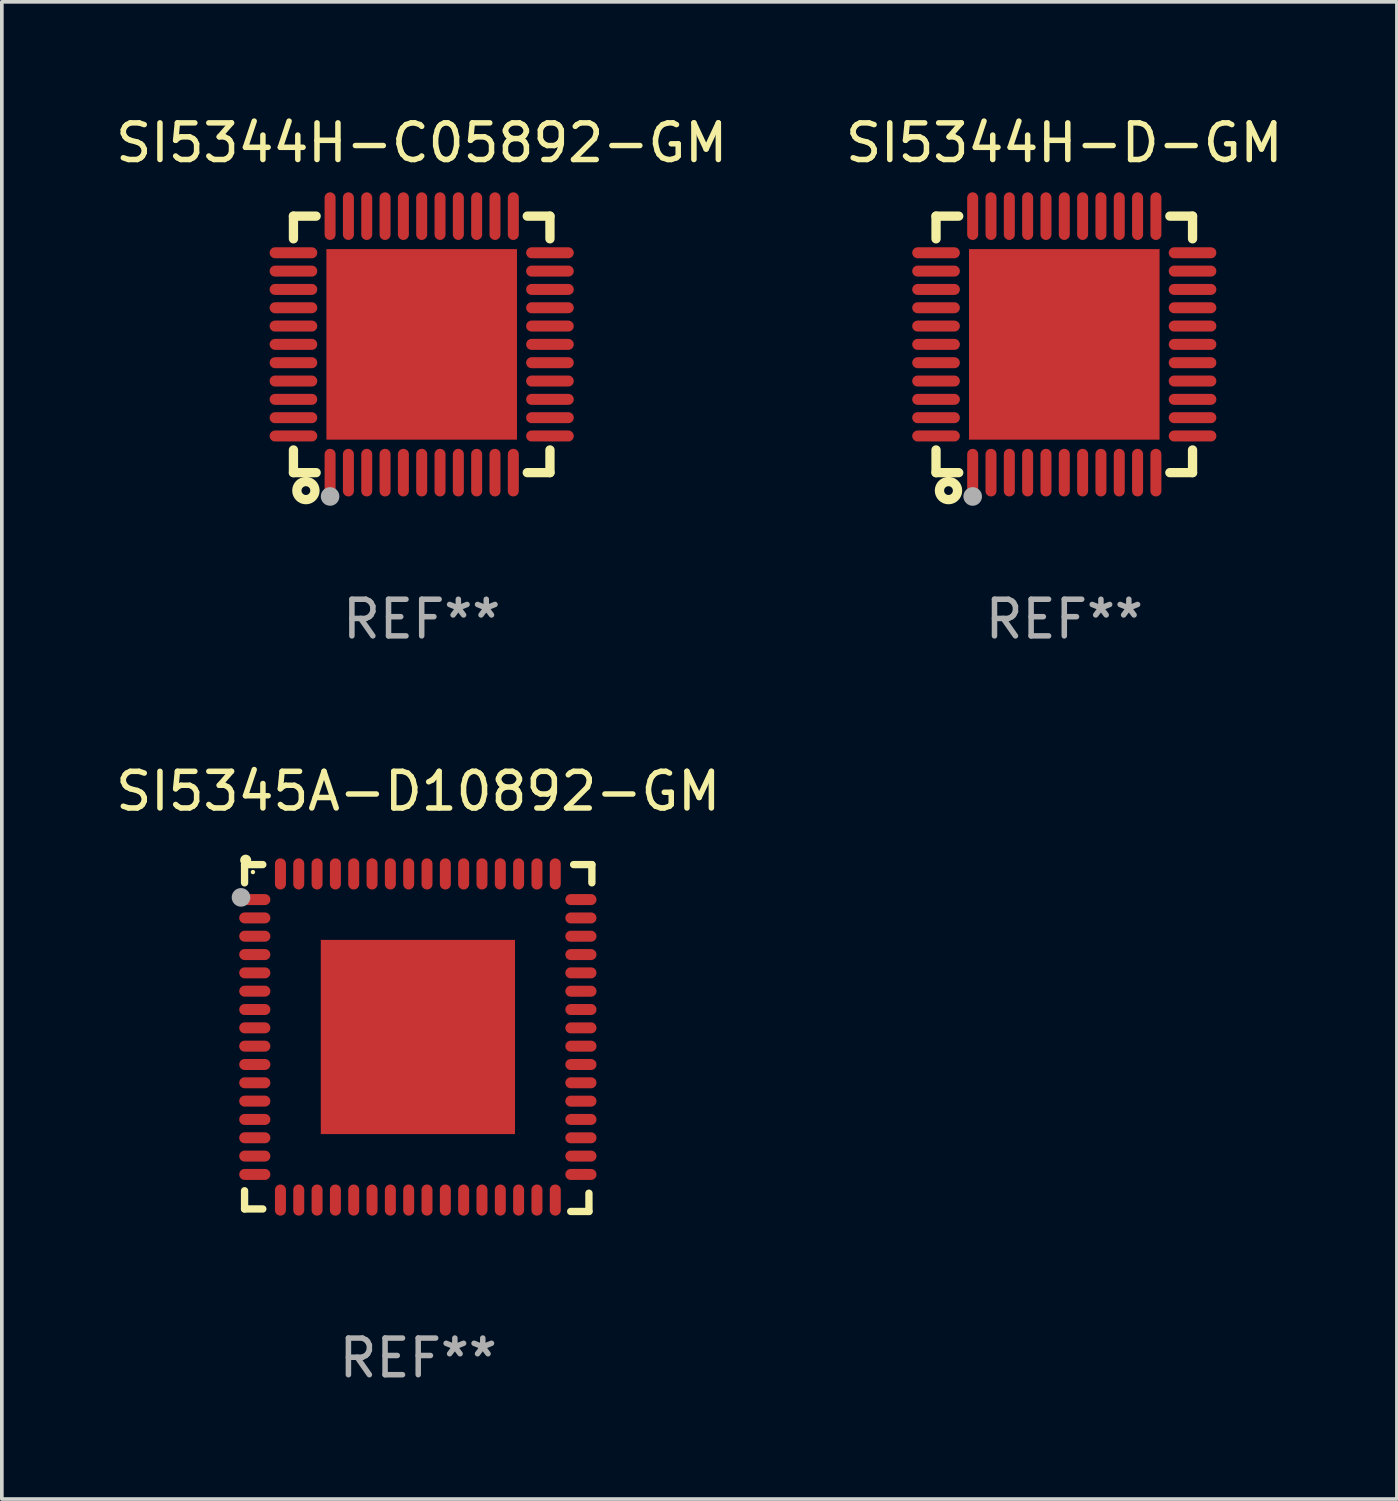
<source format=kicad_pcb>
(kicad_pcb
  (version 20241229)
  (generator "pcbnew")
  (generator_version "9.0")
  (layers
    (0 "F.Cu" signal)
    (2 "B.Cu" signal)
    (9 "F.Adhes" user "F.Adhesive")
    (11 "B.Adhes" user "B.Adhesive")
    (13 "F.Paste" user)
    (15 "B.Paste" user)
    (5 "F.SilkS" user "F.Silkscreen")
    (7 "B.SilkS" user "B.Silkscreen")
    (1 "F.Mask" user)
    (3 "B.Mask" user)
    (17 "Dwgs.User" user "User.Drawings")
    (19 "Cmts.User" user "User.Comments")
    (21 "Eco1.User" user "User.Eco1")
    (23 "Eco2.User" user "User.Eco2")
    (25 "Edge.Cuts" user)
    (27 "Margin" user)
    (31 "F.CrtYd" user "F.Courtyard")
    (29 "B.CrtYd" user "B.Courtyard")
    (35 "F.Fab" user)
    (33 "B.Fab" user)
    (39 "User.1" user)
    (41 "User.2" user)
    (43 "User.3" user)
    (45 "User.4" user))
  (footprint "SI5345A-D10892-GM"
    (layer "F.Cu")
    (at 8.363 25.277)
    (property "Reference" "SI5345A-D10892-GM" (at 0 -6.733 0) (layer "F.SilkS") (effects (font (size 1 1) (thickness 0.15))))
    (attr through_hole)
    (fp_line (start -4.739 -4.733) (end -4.241 -4.733) (stroke (width 0.2) (type solid)) (layer "F.SilkS"))
    (fp_line (start -4.739 -4.235) (end -4.739 -4.733) (stroke (width 0.2) (type solid)) (layer "F.SilkS"))
    (fp_line (start -4.739 4.168) (end -4.739 4.665) (stroke (width 0.2) (type solid)) (layer "F.SilkS"))
    (fp_line (start -4.739 4.665) (end -4.241 4.665) (stroke (width 0.2) (type solid)) (layer "F.SilkS"))
    (fp_line (start 4.161 4.733) (end 4.659 4.733) (stroke (width 0.2) (type solid)) (layer "F.SilkS"))
    (fp_line (start 4.241 -4.733) (end 4.739 -4.733) (stroke (width 0.2) (type solid)) (layer "F.SilkS"))
    (fp_line (start 4.659 4.733) (end 4.659 4.235) (stroke (width 0.2) (type solid)) (layer "F.SilkS"))
    (fp_line (start 4.739 -4.733) (end 4.739 -4.235) (stroke (width 0.2) (type solid)) (layer "F.SilkS"))
    (fp_arc (start -4.708623 -4.85108) (mid -4.708628 -4.85235) (end -4.708623 -4.85362) (stroke (width 0.3) (type solid)) (layer "F.SilkS"))
    (fp_circle (center -4.511 -4.529) (end -4.481 -4.529) (stroke (width 0.06) (type solid)) (fill no) (layer "F.SilkS"))
    (fp_circle (center -4.836 -3.838) (end -4.709 -3.838) (stroke (width 0.254) (type solid)) (fill no) (layer "F.Fab"))
    (fp_text user "REF**" (at 0 8.733 0) (layer "F.Fab") (effects (font (size 1 1) (thickness 0.15))))
    (pad "1" smd oval (at -4.46 -3.778) (size 0.85 0.3) (layers "F.Cu" "F.Mask" "F.Paste"))
    (pad "2" smd oval (at -4.46 -3.278) (size 0.85 0.3) (layers "F.Cu" "F.Mask" "F.Paste"))
    (pad "3" smd oval (at -4.46 -2.778) (size 0.85 0.3) (layers "F.Cu" "F.Mask" "F.Paste"))
    (pad "4" smd oval (at -4.46 -2.278) (size 0.85 0.3) (layers "F.Cu" "F.Mask" "F.Paste"))
    (pad "5" smd oval (at -4.46 -1.778) (size 0.85 0.3) (layers "F.Cu" "F.Mask" "F.Paste"))
    (pad "6" smd oval (at -4.46 -1.278) (size 0.85 0.3) (layers "F.Cu" "F.Mask" "F.Paste"))
    (pad "7" smd oval (at -4.46 -0.778) (size 0.85 0.3) (layers "F.Cu" "F.Mask" "F.Paste"))
    (pad "8" smd oval (at -4.46 -0.278) (size 0.85 0.3) (layers "F.Cu" "F.Mask" "F.Paste"))
    (pad "9" smd oval (at -4.46 0.222) (size 0.85 0.3) (layers "F.Cu" "F.Mask" "F.Paste"))
    (pad "10" smd oval (at -4.46 0.722) (size 0.85 0.3) (layers "F.Cu" "F.Mask" "F.Paste"))
    (pad "11" smd oval (at -4.46 1.222) (size 0.85 0.3) (layers "F.Cu" "F.Mask" "F.Paste"))
    (pad "12" smd oval (at -4.46 1.722) (size 0.85 0.3) (layers "F.Cu" "F.Mask" "F.Paste"))
    (pad "13" smd oval (at -4.46 2.222) (size 0.85 0.3) (layers "F.Cu" "F.Mask" "F.Paste"))
    (pad "14" smd oval (at -4.46 2.722) (size 0.85 0.3) (layers "F.Cu" "F.Mask" "F.Paste"))
    (pad "15" smd oval (at -4.46 3.222) (size 0.85 0.3) (layers "F.Cu" "F.Mask" "F.Paste"))
    (pad "16" smd oval (at -4.46 3.722) (size 0.85 0.3) (layers "F.Cu" "F.Mask" "F.Paste"))
    (pad "17" smd oval (at -3.76 4.422) (size 0.3 0.85) (layers "F.Cu" "F.Mask" "F.Paste"))
    (pad "18" smd oval (at -3.26 4.422) (size 0.3 0.85) (layers "F.Cu" "F.Mask" "F.Paste"))
    (pad "19" smd oval (at -2.76 4.422) (size 0.3 0.85) (layers "F.Cu" "F.Mask" "F.Paste"))
    (pad "20" smd oval (at -2.26 4.422) (size 0.3 0.85) (layers "F.Cu" "F.Mask" "F.Paste"))
    (pad "21" smd oval (at -1.76 4.422) (size 0.3 0.85) (layers "F.Cu" "F.Mask" "F.Paste"))
    (pad "22" smd oval (at -1.26 4.422) (size 0.3 0.85) (layers "F.Cu" "F.Mask" "F.Paste"))
    (pad "23" smd oval (at -0.76 4.422) (size 0.3 0.85) (layers "F.Cu" "F.Mask" "F.Paste"))
    (pad "24" smd oval (at -0.26 4.422) (size 0.3 0.85) (layers "F.Cu" "F.Mask" "F.Paste"))
    (pad "25" smd oval (at 0.24 4.422) (size 0.3 0.85) (layers "F.Cu" "F.Mask" "F.Paste"))
    (pad "26" smd oval (at 0.74 4.422) (size 0.3 0.85) (layers "F.Cu" "F.Mask" "F.Paste"))
    (pad "27" smd oval (at 1.24 4.422) (size 0.3 0.85) (layers "F.Cu" "F.Mask" "F.Paste"))
    (pad "28" smd oval (at 1.74 4.422) (size 0.3 0.85) (layers "F.Cu" "F.Mask" "F.Paste"))
    (pad "29" smd oval (at 2.24 4.422) (size 0.3 0.85) (layers "F.Cu" "F.Mask" "F.Paste"))
    (pad "30" smd oval (at 2.74 4.422) (size 0.3 0.85) (layers "F.Cu" "F.Mask" "F.Paste"))
    (pad "31" smd oval (at 3.24 4.422) (size 0.3 0.85) (layers "F.Cu" "F.Mask" "F.Paste"))
    (pad "32" smd oval (at 3.74 4.422) (size 0.3 0.85) (layers "F.Cu" "F.Mask" "F.Paste"))
    (pad "33" smd oval (at 4.44 3.723) (size 0.85 0.3) (layers "F.Cu" "F.Mask" "F.Paste"))
    (pad "34" smd oval (at 4.44 3.222) (size 0.85 0.3) (layers "F.Cu" "F.Mask" "F.Paste"))
    (pad "35" smd oval (at 4.44 2.723) (size 0.85 0.3) (layers "F.Cu" "F.Mask" "F.Paste"))
    (pad "36" smd oval (at 4.44 2.222) (size 0.85 0.3) (layers "F.Cu" "F.Mask" "F.Paste"))
    (pad "37" smd oval (at 4.44 1.723) (size 0.85 0.3) (layers "F.Cu" "F.Mask" "F.Paste"))
    (pad "38" smd oval (at 4.44 1.222) (size 0.85 0.3) (layers "F.Cu" "F.Mask" "F.Paste"))
    (pad "39" smd oval (at 4.44 0.723) (size 0.85 0.3) (layers "F.Cu" "F.Mask" "F.Paste"))
    (pad "40" smd oval (at 4.44 0.222) (size 0.85 0.3) (layers "F.Cu" "F.Mask" "F.Paste"))
    (pad "41" smd oval (at 4.44 -0.277) (size 0.85 0.3) (layers "F.Cu" "F.Mask" "F.Paste"))
    (pad "42" smd oval (at 4.44 -0.778) (size 0.85 0.3) (layers "F.Cu" "F.Mask" "F.Paste"))
    (pad "43" smd oval (at 4.44 -1.277) (size 0.85 0.3) (layers "F.Cu" "F.Mask" "F.Paste"))
    (pad "44" smd oval (at 4.44 -1.778) (size 0.85 0.3) (layers "F.Cu" "F.Mask" "F.Paste"))
    (pad "45" smd oval (at 4.44 -2.277) (size 0.85 0.3) (layers "F.Cu" "F.Mask" "F.Paste"))
    (pad "46" smd oval (at 4.44 -2.778) (size 0.85 0.3) (layers "F.Cu" "F.Mask" "F.Paste"))
    (pad "47" smd oval (at 4.44 -3.277) (size 0.85 0.3) (layers "F.Cu" "F.Mask" "F.Paste"))
    (pad "48" smd oval (at 4.44 -3.778) (size 0.85 0.3) (layers "F.Cu" "F.Mask" "F.Paste"))
    (pad "49" smd oval (at 3.74 -4.478) (size 0.3 0.85) (layers "F.Cu" "F.Mask" "F.Paste"))
    (pad "50" smd oval (at 3.24 -4.478) (size 0.3 0.85) (layers "F.Cu" "F.Mask" "F.Paste"))
    (pad "51" smd oval (at 2.74 -4.478) (size 0.3 0.85) (layers "F.Cu" "F.Mask" "F.Paste"))
    (pad "52" smd oval (at 2.24 -4.478) (size 0.3 0.85) (layers "F.Cu" "F.Mask" "F.Paste"))
    (pad "53" smd oval (at 1.74 -4.478) (size 0.3 0.85) (layers "F.Cu" "F.Mask" "F.Paste"))
    (pad "54" smd oval (at 1.24 -4.478) (size 0.3 0.85) (layers "F.Cu" "F.Mask" "F.Paste"))
    (pad "55" smd oval (at 0.74 -4.478) (size 0.3 0.85) (layers "F.Cu" "F.Mask" "F.Paste"))
    (pad "56" smd oval (at 0.24 -4.478) (size 0.3 0.85) (layers "F.Cu" "F.Mask" "F.Paste"))
    (pad "57" smd oval (at -0.26 -4.478) (size 0.3 0.85) (layers "F.Cu" "F.Mask" "F.Paste"))
    (pad "58" smd oval (at -0.76 -4.478) (size 0.3 0.85) (layers "F.Cu" "F.Mask" "F.Paste"))
    (pad "59" smd oval (at -1.26 -4.478) (size 0.3 0.85) (layers "F.Cu" "F.Mask" "F.Paste"))
    (pad "60" smd oval (at -1.76 -4.478) (size 0.3 0.85) (layers "F.Cu" "F.Mask" "F.Paste"))
    (pad "61" smd oval (at -2.26 -4.478) (size 0.3 0.85) (layers "F.Cu" "F.Mask" "F.Paste"))
    (pad "62" smd oval (at -2.76 -4.478) (size 0.3 0.85) (layers "F.Cu" "F.Mask" "F.Paste"))
    (pad "63" smd oval (at -3.26 -4.478) (size 0.3 0.85) (layers "F.Cu" "F.Mask" "F.Paste"))
    (pad "64" smd oval (at -3.76 -4.478) (size 0.3 0.85) (layers "F.Cu" "F.Mask" "F.Paste"))
    (pad "65" smd rect (at -0.009 -0.028 90) (size 5.3 5.3) (layers "F.Cu" "F.Mask" "F.Paste")))
  (footprint "SI5344H-C05892-GM"
    (layer "F.Cu")
    (at 8.458 6.348)
    (property "Reference" "SI5344H-C05892-GM" (at 0 -5.5 0) (layer "F.SilkS") (effects (font (size 1 1) (thickness 0.15))))
    (attr through_hole)
    (fp_line (start -3.5 -3.5) (end -2.881 -3.5) (stroke (width 0.254) (type solid)) (layer "F.SilkS"))
    (fp_line (start -3.5 -2.881) (end -3.5 -3.5) (stroke (width 0.254) (type solid)) (layer "F.SilkS"))
    (fp_line (start -3.5 3.5) (end -3.5 2.881) (stroke (width 0.254) (type solid)) (layer "F.SilkS"))
    (fp_line (start -2.881 3.5) (end -3.5 3.5) (stroke (width 0.254) (type solid)) (layer "F.SilkS"))
    (fp_line (start 2.881 -3.5) (end 3.5 -3.5) (stroke (width 0.254) (type solid)) (layer "F.SilkS"))
    (fp_line (start 3.5 -3.5) (end 3.5 -2.881) (stroke (width 0.254) (type solid)) (layer "F.SilkS"))
    (fp_line (start 3.5 2.881) (end 3.5 3.5) (stroke (width 0.254) (type solid)) (layer "F.SilkS"))
    (fp_line (start 3.5 3.5) (end 2.881 3.5) (stroke (width 0.254) (type solid)) (layer "F.SilkS"))
    (fp_circle (center -3.5 3.5) (end -3.47 3.5) (stroke (width 0.06) (type solid)) (fill no) (layer "F.SilkS"))
    (fp_circle (center -3.16 3.99) (end -3.04 3.99) (stroke (width 0.254) (type solid)) (fill no) (layer "F.SilkS"))
    (fp_circle (center -2.5 4.15) (end -2.373 4.15) (stroke (width 0.254) (type solid)) (fill no) (layer "F.Fab"))
    (fp_text user "REF**" (at 0 7.5 0) (layer "F.Fab") (effects (font (size 1 1) (thickness 0.15))))
    (pad "1" smd oval (at -2.5 3.5 90) (size 1.3 0.3) (layers "F.Cu" "F.Mask" "F.Paste"))
    (pad "2" smd oval (at -2 3.5 90) (size 1.3 0.3) (layers "F.Cu" "F.Mask" "F.Paste"))
    (pad "3" smd oval (at -1.5 3.5 90) (size 1.3 0.3) (layers "F.Cu" "F.Mask" "F.Paste"))
    (pad "4" smd oval (at -1 3.5 90) (size 1.3 0.3) (layers "F.Cu" "F.Mask" "F.Paste"))
    (pad "5" smd oval (at -0.5 3.5 90) (size 1.3 0.3) (layers "F.Cu" "F.Mask" "F.Paste"))
    (pad "6" smd oval (at -0.000127 3.5 90) (size 1.3 0.3) (layers "F.Cu" "F.Mask" "F.Paste"))
    (pad "7" smd oval (at 0.5 3.5 90) (size 1.3 0.3) (layers "F.Cu" "F.Mask" "F.Paste"))
    (pad "8" smd oval (at 1 3.5 90) (size 1.3 0.3) (layers "F.Cu" "F.Mask" "F.Paste"))
    (pad "9" smd oval (at 1.5 3.5 90) (size 1.3 0.3) (layers "F.Cu" "F.Mask" "F.Paste"))
    (pad "10" smd oval (at 2 3.5 90) (size 1.3 0.3) (layers "F.Cu" "F.Mask" "F.Paste"))
    (pad "11" smd oval (at 2.5 3.5 90) (size 1.3 0.3) (layers "F.Cu" "F.Mask" "F.Paste"))
    (pad "12" smd oval (at 3.5 2.5 90) (size 0.3 1.3) (layers "F.Cu" "F.Mask" "F.Paste"))
    (pad "13" smd oval (at 3.5 2 90) (size 0.3 1.3) (layers "F.Cu" "F.Mask" "F.Paste"))
    (pad "14" smd oval (at 3.5 1.5 90) (size 0.3 1.3) (layers "F.Cu" "F.Mask" "F.Paste"))
    (pad "15" smd oval (at 3.5 1 90) (size 0.3 1.3) (layers "F.Cu" "F.Mask" "F.Paste"))
    (pad "16" smd oval (at 3.5 0.5 90) (size 0.3 1.3) (layers "F.Cu" "F.Mask" "F.Paste"))
    (pad "17" smd oval (at 3.5 0.000127 90) (size 0.3 1.3) (layers "F.Cu" "F.Mask" "F.Paste"))
    (pad "18" smd oval (at 3.5 -0.5 90) (size 0.3 1.3) (layers "F.Cu" "F.Mask" "F.Paste"))
    (pad "19" smd oval (at 3.5 -1 90) (size 0.3 1.3) (layers "F.Cu" "F.Mask" "F.Paste"))
    (pad "20" smd oval (at 3.5 -1.5 90) (size 0.3 1.3) (layers "F.Cu" "F.Mask" "F.Paste"))
    (pad "21" smd oval (at 3.5 -2 90) (size 0.3 1.3) (layers "F.Cu" "F.Mask" "F.Paste"))
    (pad "22" smd oval (at 3.5 -2.5 90) (size 0.3 1.3) (layers "F.Cu" "F.Mask" "F.Paste"))
    (pad "23" smd oval (at 2.5 -3.5 90) (size 1.3 0.3) (layers "F.Cu" "F.Mask" "F.Paste"))
    (pad "24" smd oval (at 2 -3.5 90) (size 1.3 0.3) (layers "F.Cu" "F.Mask" "F.Paste"))
    (pad "25" smd oval (at 1.5 -3.5 90) (size 1.3 0.3) (layers "F.Cu" "F.Mask" "F.Paste"))
    (pad "26" smd oval (at 1 -3.5 90) (size 1.3 0.3) (layers "F.Cu" "F.Mask" "F.Paste"))
    (pad "27" smd oval (at 0.5 -3.5 90) (size 1.3 0.3) (layers "F.Cu" "F.Mask" "F.Paste"))
    (pad "28" smd oval (at -0.000127 -3.5 90) (size 1.3 0.3) (layers "F.Cu" "F.Mask" "F.Paste"))
    (pad "29" smd oval (at -0.5 -3.5 90) (size 1.3 0.3) (layers "F.Cu" "F.Mask" "F.Paste"))
    (pad "30" smd oval (at -1 -3.5 90) (size 1.3 0.3) (layers "F.Cu" "F.Mask" "F.Paste"))
    (pad "31" smd oval (at -1.5 -3.5 90) (size 1.3 0.3) (layers "F.Cu" "F.Mask" "F.Paste"))
    (pad "32" smd oval (at -2 -3.5 90) (size 1.3 0.3) (layers "F.Cu" "F.Mask" "F.Paste"))
    (pad "33" smd oval (at -2.5 -3.5 90) (size 1.3 0.3) (layers "F.Cu" "F.Mask" "F.Paste"))
    (pad "34" smd oval (at -3.5 -2.5 90) (size 0.3 1.3) (layers "F.Cu" "F.Mask" "F.Paste"))
    (pad "35" smd oval (at -3.5 -2 90) (size 0.3 1.3) (layers "F.Cu" "F.Mask" "F.Paste"))
    (pad "36" smd oval (at -3.5 -1.5 90) (size 0.3 1.3) (layers "F.Cu" "F.Mask" "F.Paste"))
    (pad "37" smd oval (at -3.5 -1 90) (size 0.3 1.3) (layers "F.Cu" "F.Mask" "F.Paste"))
    (pad "38" smd oval (at -3.5 -0.5 90) (size 0.3 1.3) (layers "F.Cu" "F.Mask" "F.Paste"))
    (pad "39" smd oval (at -3.5 0.000127 90) (size 0.3 1.3) (layers "F.Cu" "F.Mask" "F.Paste"))
    (pad "40" smd oval (at -3.5 0.5 90) (size 0.3 1.3) (layers "F.Cu" "F.Mask" "F.Paste"))
    (pad "41" smd oval (at -3.5 1 90) (size 0.3 1.3) (layers "F.Cu" "F.Mask" "F.Paste"))
    (pad "42" smd oval (at -3.5 1.5 90) (size 0.3 1.3) (layers "F.Cu" "F.Mask" "F.Paste"))
    (pad "43" smd oval (at -3.5 2 90) (size 0.3 1.3) (layers "F.Cu" "F.Mask" "F.Paste"))
    (pad "44" smd oval (at -3.5 2.5 90) (size 0.3 1.3) (layers "F.Cu" "F.Mask" "F.Paste"))
    (pad "45" smd rect (at -0.000127 0.000127 90) (size 5.2 5.2) (layers "F.Cu" "F.Mask" "F.Paste")))
  (footprint "SI5344H-D-GM"
    (layer "F.Cu")
    (at 25.994 6.348)
    (property "Reference" "SI5344H-D-GM" (at 0 -5.5 0) (layer "F.SilkS") (effects (font (size 1 1) (thickness 0.15))))
    (attr through_hole)
    (fp_line (start -3.5 -3.5) (end -2.881 -3.5) (stroke (width 0.254) (type solid)) (layer "F.SilkS"))
    (fp_line (start -3.5 -2.881) (end -3.5 -3.5) (stroke (width 0.254) (type solid)) (layer "F.SilkS"))
    (fp_line (start -3.5 3.5) (end -3.5 2.881) (stroke (width 0.254) (type solid)) (layer "F.SilkS"))
    (fp_line (start -2.881 3.5) (end -3.5 3.5) (stroke (width 0.254) (type solid)) (layer "F.SilkS"))
    (fp_line (start 2.881 -3.5) (end 3.5 -3.5) (stroke (width 0.254) (type solid)) (layer "F.SilkS"))
    (fp_line (start 3.5 -3.5) (end 3.5 -2.881) (stroke (width 0.254) (type solid)) (layer "F.SilkS"))
    (fp_line (start 3.5 2.881) (end 3.5 3.5) (stroke (width 0.254) (type solid)) (layer "F.SilkS"))
    (fp_line (start 3.5 3.5) (end 2.881 3.5) (stroke (width 0.254) (type solid)) (layer "F.SilkS"))
    (fp_circle (center -3.5 3.5) (end -3.47 3.5) (stroke (width 0.06) (type solid)) (fill no) (layer "F.SilkS"))
    (fp_circle (center -3.16 3.99) (end -3.04 3.99) (stroke (width 0.254) (type solid)) (fill no) (layer "F.SilkS"))
    (fp_circle (center -2.5 4.15) (end -2.373 4.15) (stroke (width 0.254) (type solid)) (fill no) (layer "F.Fab"))
    (fp_text user "REF**" (at 0 7.5 0) (layer "F.Fab") (effects (font (size 1 1) (thickness 0.15))))
    (pad "1" smd oval (at -2.5 3.5 90) (size 1.3 0.3) (layers "F.Cu" "F.Mask" "F.Paste"))
    (pad "2" smd oval (at -2 3.5 90) (size 1.3 0.3) (layers "F.Cu" "F.Mask" "F.Paste"))
    (pad "3" smd oval (at -1.5 3.5 90) (size 1.3 0.3) (layers "F.Cu" "F.Mask" "F.Paste"))
    (pad "4" smd oval (at -1 3.5 90) (size 1.3 0.3) (layers "F.Cu" "F.Mask" "F.Paste"))
    (pad "5" smd oval (at -0.5 3.5 90) (size 1.3 0.3) (layers "F.Cu" "F.Mask" "F.Paste"))
    (pad "6" smd oval (at -0.000127 3.5 90) (size 1.3 0.3) (layers "F.Cu" "F.Mask" "F.Paste"))
    (pad "7" smd oval (at 0.5 3.5 90) (size 1.3 0.3) (layers "F.Cu" "F.Mask" "F.Paste"))
    (pad "8" smd oval (at 1 3.5 90) (size 1.3 0.3) (layers "F.Cu" "F.Mask" "F.Paste"))
    (pad "9" smd oval (at 1.5 3.5 90) (size 1.3 0.3) (layers "F.Cu" "F.Mask" "F.Paste"))
    (pad "10" smd oval (at 2 3.5 90) (size 1.3 0.3) (layers "F.Cu" "F.Mask" "F.Paste"))
    (pad "11" smd oval (at 2.5 3.5 90) (size 1.3 0.3) (layers "F.Cu" "F.Mask" "F.Paste"))
    (pad "12" smd oval (at 3.5 2.5 90) (size 0.3 1.3) (layers "F.Cu" "F.Mask" "F.Paste"))
    (pad "13" smd oval (at 3.5 2 90) (size 0.3 1.3) (layers "F.Cu" "F.Mask" "F.Paste"))
    (pad "14" smd oval (at 3.5 1.5 90) (size 0.3 1.3) (layers "F.Cu" "F.Mask" "F.Paste"))
    (pad "15" smd oval (at 3.5 1 90) (size 0.3 1.3) (layers "F.Cu" "F.Mask" "F.Paste"))
    (pad "16" smd oval (at 3.5 0.5 90) (size 0.3 1.3) (layers "F.Cu" "F.Mask" "F.Paste"))
    (pad "17" smd oval (at 3.5 0.000127 90) (size 0.3 1.3) (layers "F.Cu" "F.Mask" "F.Paste"))
    (pad "18" smd oval (at 3.5 -0.5 90) (size 0.3 1.3) (layers "F.Cu" "F.Mask" "F.Paste"))
    (pad "19" smd oval (at 3.5 -1 90) (size 0.3 1.3) (layers "F.Cu" "F.Mask" "F.Paste"))
    (pad "20" smd oval (at 3.5 -1.5 90) (size 0.3 1.3) (layers "F.Cu" "F.Mask" "F.Paste"))
    (pad "21" smd oval (at 3.5 -2 90) (size 0.3 1.3) (layers "F.Cu" "F.Mask" "F.Paste"))
    (pad "22" smd oval (at 3.5 -2.5 90) (size 0.3 1.3) (layers "F.Cu" "F.Mask" "F.Paste"))
    (pad "23" smd oval (at 2.5 -3.5 90) (size 1.3 0.3) (layers "F.Cu" "F.Mask" "F.Paste"))
    (pad "24" smd oval (at 2 -3.5 90) (size 1.3 0.3) (layers "F.Cu" "F.Mask" "F.Paste"))
    (pad "25" smd oval (at 1.5 -3.5 90) (size 1.3 0.3) (layers "F.Cu" "F.Mask" "F.Paste"))
    (pad "26" smd oval (at 1 -3.5 90) (size 1.3 0.3) (layers "F.Cu" "F.Mask" "F.Paste"))
    (pad "27" smd oval (at 0.5 -3.5 90) (size 1.3 0.3) (layers "F.Cu" "F.Mask" "F.Paste"))
    (pad "28" smd oval (at -0.000127 -3.5 90) (size 1.3 0.3) (layers "F.Cu" "F.Mask" "F.Paste"))
    (pad "29" smd oval (at -0.5 -3.5 90) (size 1.3 0.3) (layers "F.Cu" "F.Mask" "F.Paste"))
    (pad "30" smd oval (at -1 -3.5 90) (size 1.3 0.3) (layers "F.Cu" "F.Mask" "F.Paste"))
    (pad "31" smd oval (at -1.5 -3.5 90) (size 1.3 0.3) (layers "F.Cu" "F.Mask" "F.Paste"))
    (pad "32" smd oval (at -2 -3.5 90) (size 1.3 0.3) (layers "F.Cu" "F.Mask" "F.Paste"))
    (pad "33" smd oval (at -2.5 -3.5 90) (size 1.3 0.3) (layers "F.Cu" "F.Mask" "F.Paste"))
    (pad "34" smd oval (at -3.5 -2.5 90) (size 0.3 1.3) (layers "F.Cu" "F.Mask" "F.Paste"))
    (pad "35" smd oval (at -3.5 -2 90) (size 0.3 1.3) (layers "F.Cu" "F.Mask" "F.Paste"))
    (pad "36" smd oval (at -3.5 -1.5 90) (size 0.3 1.3) (layers "F.Cu" "F.Mask" "F.Paste"))
    (pad "37" smd oval (at -3.5 -1 90) (size 0.3 1.3) (layers "F.Cu" "F.Mask" "F.Paste"))
    (pad "38" smd oval (at -3.5 -0.5 90) (size 0.3 1.3) (layers "F.Cu" "F.Mask" "F.Paste"))
    (pad "39" smd oval (at -3.5 0.000127 90) (size 0.3 1.3) (layers "F.Cu" "F.Mask" "F.Paste"))
    (pad "40" smd oval (at -3.5 0.5 90) (size 0.3 1.3) (layers "F.Cu" "F.Mask" "F.Paste"))
    (pad "41" smd oval (at -3.5 1 90) (size 0.3 1.3) (layers "F.Cu" "F.Mask" "F.Paste"))
    (pad "42" smd oval (at -3.5 1.5 90) (size 0.3 1.3) (layers "F.Cu" "F.Mask" "F.Paste"))
    (pad "43" smd oval (at -3.5 2 90) (size 0.3 1.3) (layers "F.Cu" "F.Mask" "F.Paste"))
    (pad "44" smd oval (at -3.5 2.5 90) (size 0.3 1.3) (layers "F.Cu" "F.Mask" "F.Paste"))
    (pad "45" smd rect (at -0.000127 0.000127 90) (size 5.2 5.2) (layers "F.Cu" "F.Mask" "F.Paste")))
  (gr_rect
    (start -3 -3)
    (end 35.071 37.858)
    (stroke (width 0.1) (type default))
    (fill no)
    (layer "Edge.Cuts")))
</source>
